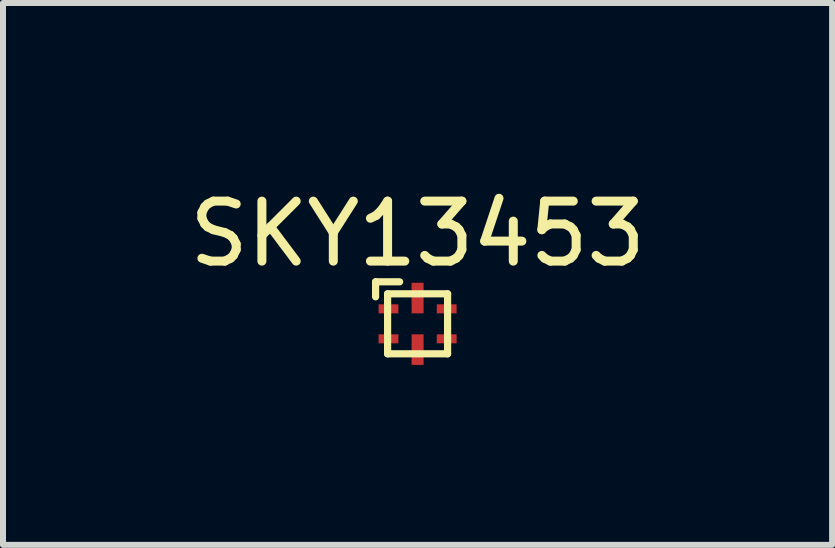
<source format=kicad_pcb>
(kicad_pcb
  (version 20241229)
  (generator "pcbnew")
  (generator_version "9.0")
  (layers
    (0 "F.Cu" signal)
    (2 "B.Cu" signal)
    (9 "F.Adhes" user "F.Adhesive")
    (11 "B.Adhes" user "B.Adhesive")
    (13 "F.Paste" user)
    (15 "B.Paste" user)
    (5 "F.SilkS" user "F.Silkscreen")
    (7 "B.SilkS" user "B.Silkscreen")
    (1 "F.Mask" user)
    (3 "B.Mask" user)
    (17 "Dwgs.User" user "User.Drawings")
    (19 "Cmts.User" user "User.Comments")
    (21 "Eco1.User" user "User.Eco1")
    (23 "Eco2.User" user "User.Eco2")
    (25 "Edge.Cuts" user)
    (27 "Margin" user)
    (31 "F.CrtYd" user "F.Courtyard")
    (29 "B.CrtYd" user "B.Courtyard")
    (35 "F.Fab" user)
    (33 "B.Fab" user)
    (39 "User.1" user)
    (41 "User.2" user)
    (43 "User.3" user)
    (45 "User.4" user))
  (footprint "SKY13453"
    (layer "F.Cu")
    (at 3.911 2.348)
    (property "Reference" "SKY13453" (at 0 -1.5 0) (layer "F.SilkS") (effects (font (size 1 1) (thickness 0.15))))
    (attr smd)
    (fp_line (start -0.7 -0.7) (end -0.7 -0.45) (stroke (width 0.12) (type solid)) (layer "F.SilkS"))
    (fp_line (start -0.5 -0.5) (end 0.5 -0.5) (stroke (width 0.12) (type solid)) (layer "F.SilkS"))
    (fp_line (start -0.5 0.5) (end -0.5 -0.5) (stroke (width 0.12) (type solid)) (layer "F.SilkS"))
    (fp_line (start -0.3 -0.7) (end -0.7 -0.7) (stroke (width 0.12) (type solid)) (layer "F.SilkS"))
    (fp_line (start 0.5 -0.5) (end 0.5 0.5) (stroke (width 0.12) (type solid)) (layer "F.SilkS"))
    (fp_line (start 0.5 0.5) (end -0.5 0.5) (stroke (width 0.12) (type solid)) (layer "F.SilkS"))
    (pad "1" smd rect (at -0.485 -0.25) (size 0.33 0.15) (layers "F.Cu" "F.Mask" "F.Paste"))
    (pad "2" smd rect (at -0.485 0.25) (size 0.33 0.15) (layers "F.Cu" "F.Mask" "F.Paste"))
    (pad "3" smd rect (at 0 0.43 180) (size 0.2 0.51) (layers "F.Cu" "F.Mask" "F.Paste"))
    (pad "4" smd rect (at 0.485 0.25 180) (size 0.33 0.15) (layers "F.Cu" "F.Mask" "F.Paste"))
    (pad "5" smd rect (at 0.485 -0.25 180) (size 0.33 0.15) (layers "F.Cu" "F.Mask" "F.Paste"))
    (pad "6" smd rect (at 0 -0.43) (size 0.2 0.51) (layers "F.Cu" "F.Mask" "F.Paste")))
  (gr_rect
    (start -3 -3)
    (end 10.821 6.033)
    (stroke (width 0.1) (type default))
    (fill no)
    (layer "Edge.Cuts")))
</source>
